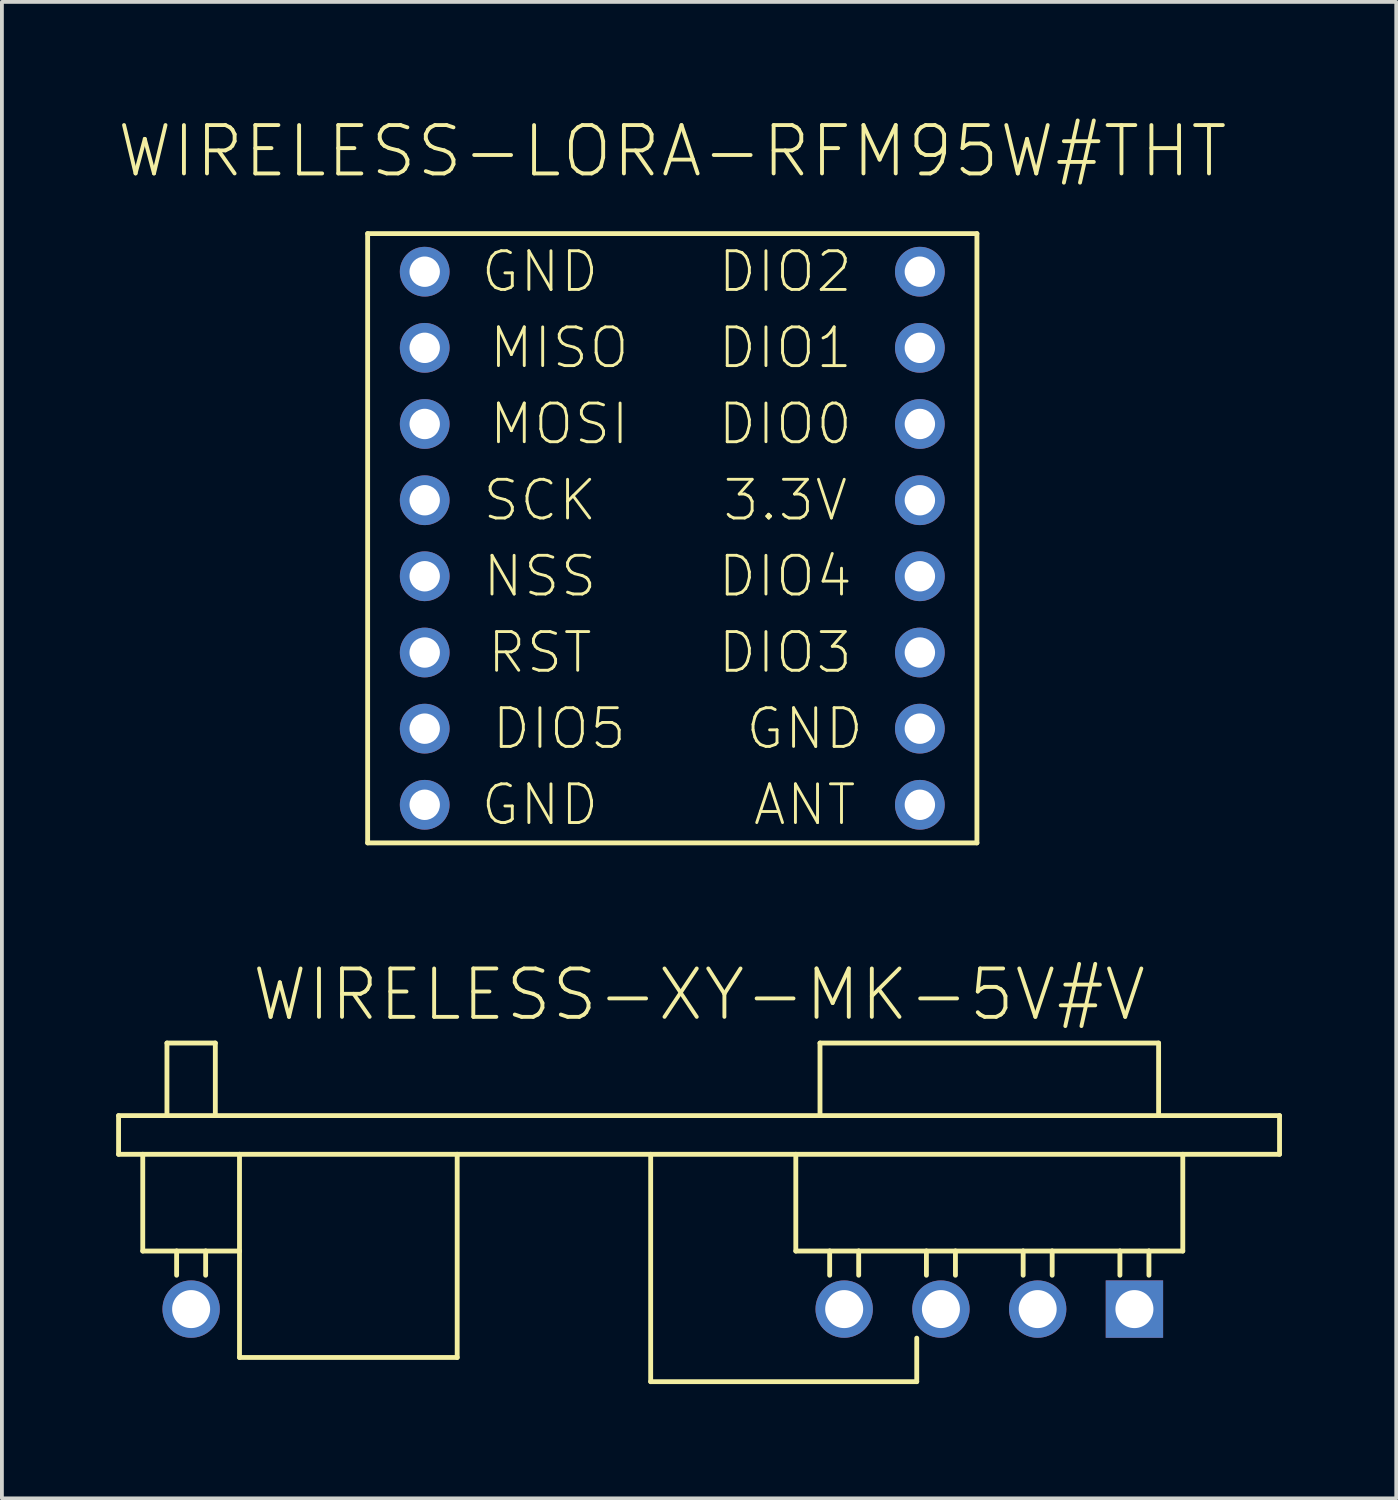
<source format=kicad_pcb>
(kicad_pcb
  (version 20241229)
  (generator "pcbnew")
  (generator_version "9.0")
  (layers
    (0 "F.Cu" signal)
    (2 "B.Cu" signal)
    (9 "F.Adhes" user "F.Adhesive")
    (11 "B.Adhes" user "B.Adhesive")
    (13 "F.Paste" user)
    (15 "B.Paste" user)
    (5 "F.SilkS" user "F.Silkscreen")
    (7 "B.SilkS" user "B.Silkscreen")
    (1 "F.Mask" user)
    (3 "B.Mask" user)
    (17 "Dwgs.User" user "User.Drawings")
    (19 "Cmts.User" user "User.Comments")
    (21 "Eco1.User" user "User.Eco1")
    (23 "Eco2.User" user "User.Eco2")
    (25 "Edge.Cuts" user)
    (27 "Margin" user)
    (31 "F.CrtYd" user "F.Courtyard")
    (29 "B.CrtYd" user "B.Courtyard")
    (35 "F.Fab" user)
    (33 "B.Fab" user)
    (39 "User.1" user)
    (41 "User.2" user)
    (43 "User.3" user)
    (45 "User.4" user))
  (footprint "WIRELESS-LORA-RFM95W#THT"
    (layer "F.Cu")
    (at 14.6 11.081)
    (property "Reference" "WIRELESS-LORA-RFM95W#THT" (at 0 -10.16 0) (layer "F.SilkS") (effects (font (size 1.27 1.27) (thickness 0.102))))
    (attr exclude_from_pos_files exclude_from_bom)
    (fp_line (start -7.998 -7.998) (end -7.998 7.998) (stroke (width 0.127) (type solid)) (layer "F.SilkS"))
    (fp_line (start -7.998 -7.998) (end 7.998 -7.998) (stroke (width 0.127) (type solid)) (layer "F.SilkS"))
    (fp_line (start 7.998 7.998) (end -7.998 7.998) (stroke (width 0.127) (type solid)) (layer "F.SilkS"))
    (fp_line (start 7.998 7.998) (end 7.998 -7.998) (stroke (width 0.127) (type solid)) (layer "F.SilkS"))
    (fp_text user "GND" (at 3.475 4.999 0) (layer "F.SilkS") (effects (font (size 1.016 1.016) (thickness 0.076))))
    (fp_text user "DIO0" (at 2.967 -3 0) (layer "F.SilkS") (effects (font (size 1.016 1.016) (thickness 0.076))))
    (fp_text user "3.3V" (at 2.967 -0.998 0) (layer "F.SilkS") (effects (font (size 1.016 1.016) (thickness 0.076))))
    (fp_text user "NSS" (at -3.475 0.998 0) (layer "F.SilkS") (effects (font (size 1.016 1.016) (thickness 0.076))))
    (fp_text user "RST" (at -3.475 3 0) (layer "F.SilkS") (effects (font (size 1.016 1.016) (thickness 0.076))))
    (fp_text user "GND" (at -3.475 -6.998 0) (layer "F.SilkS") (effects (font (size 1.016 1.016) (thickness 0.076))))
    (fp_text user "SCK" (at -3.475 -0.998 0) (layer "F.SilkS") (effects (font (size 1.016 1.016) (thickness 0.076))))
    (fp_text user "DIO1" (at 2.967 -4.999 0) (layer "F.SilkS") (effects (font (size 1.016 1.016) (thickness 0.076))))
    (fp_text user "DIO3" (at 2.967 3 0) (layer "F.SilkS") (effects (font (size 1.016 1.016) (thickness 0.076))))
    (fp_text user "MISO" (at -2.967 -4.999 0) (layer "F.SilkS") (effects (font (size 1.016 1.016) (thickness 0.076))))
    (fp_text user "GND" (at -3.475 6.998 0) (layer "F.SilkS") (effects (font (size 1.016 1.016) (thickness 0.076))))
    (fp_text user "DIO2" (at 2.967 -6.998 0) (layer "F.SilkS") (effects (font (size 1.016 1.016) (thickness 0.076))))
    (fp_text user "ANT" (at 3.475 6.998 0) (layer "F.SilkS") (effects (font (size 1.016 1.016) (thickness 0.076))))
    (fp_text user "DIO4" (at 2.967 0.998 0) (layer "F.SilkS") (effects (font (size 1.016 1.016) (thickness 0.076))))
    (fp_text user "MOSI" (at -2.967 -3 0) (layer "F.SilkS") (effects (font (size 1.016 1.016) (thickness 0.076))))
    (fp_text user "DIO5" (at -2.967 4.999 0) (layer "F.SilkS") (effects (font (size 1.016 1.016) (thickness 0.076))))
    (pad "A1" thru_hole circle (at -6.5 -6.998) (size 1.306 1.306) (drill 0.798) (layers "*.Cu" "*.Paste" "*.Mask"))
    (pad "A2" thru_hole circle (at -6.5 -4.999) (size 1.306 1.306) (drill 0.798) (layers "*.Cu" "*.Paste" "*.Mask"))
    (pad "A3" thru_hole circle (at -6.5 -3) (size 1.306 1.306) (drill 0.798) (layers "*.Cu" "*.Paste" "*.Mask"))
    (pad "A4" thru_hole circle (at -6.5 -0.998) (size 1.306 1.306) (drill 0.798) (layers "*.Cu" "*.Paste" "*.Mask"))
    (pad "A5" thru_hole circle (at -6.5 0.998) (size 1.306 1.306) (drill 0.798) (layers "*.Cu" "*.Paste" "*.Mask"))
    (pad "A6" thru_hole circle (at -6.5 3) (size 1.306 1.306) (drill 0.798) (layers "*.Cu" "*.Paste" "*.Mask"))
    (pad "A7" thru_hole circle (at -6.5 4.999) (size 1.306 1.306) (drill 0.798) (layers "*.Cu" "*.Paste" "*.Mask"))
    (pad "A8" thru_hole circle (at -6.5 6.998) (size 1.306 1.306) (drill 0.798) (layers "*.Cu" "*.Paste" "*.Mask"))
    (pad "B1" thru_hole circle (at 6.5 -6.998) (size 1.306 1.306) (drill 0.798) (layers "*.Cu" "*.Paste" "*.Mask"))
    (pad "B2" thru_hole circle (at 6.5 -4.999) (size 1.306 1.306) (drill 0.798) (layers "*.Cu" "*.Paste" "*.Mask"))
    (pad "B3" thru_hole circle (at 6.5 -3) (size 1.306 1.306) (drill 0.798) (layers "*.Cu" "*.Paste" "*.Mask"))
    (pad "B4" thru_hole circle (at 6.5 -0.998) (size 1.306 1.306) (drill 0.798) (layers "*.Cu" "*.Paste" "*.Mask"))
    (pad "B5" thru_hole circle (at 6.5 0.998) (size 1.306 1.306) (drill 0.798) (layers "*.Cu" "*.Paste" "*.Mask"))
    (pad "B6" thru_hole circle (at 6.5 3) (size 1.306 1.306) (drill 0.798) (layers "*.Cu" "*.Paste" "*.Mask"))
    (pad "B7" thru_hole circle (at 6.5 4.999) (size 1.306 1.306) (drill 0.798) (layers "*.Cu" "*.Paste" "*.Mask"))
    (pad "B8" thru_hole circle (at 6.5 6.998) (size 1.306 1.306) (drill 0.798) (layers "*.Cu" "*.Paste" "*.Mask")))
  (footprint "WIRELESS-XY-MK-5V#V"
    (layer "F.Cu")
    (at 15.303 31.319)
    (property "Reference" "WIRELESS-XY-MK-5V#V" (at 0 -8.255 0) (layer "F.SilkS") (effects (font (size 1.27 1.27) (thickness 0.102))))
    (attr exclude_from_pos_files exclude_from_bom)
    (fp_line (start -15.24 -5.08) (end -13.97 -5.08) (stroke (width 0.127) (type solid)) (layer "F.SilkS"))
    (fp_line (start -15.24 -4.064) (end -15.24 -5.08) (stroke (width 0.127) (type solid)) (layer "F.SilkS"))
    (fp_line (start -14.605 -4.064) (end -15.24 -4.064) (stroke (width 0.127) (type solid)) (layer "F.SilkS"))
    (fp_line (start -14.605 -1.524) (end -14.605 -4.064) (stroke (width 0.127) (type solid)) (layer "F.SilkS"))
    (fp_line (start -13.97 -6.985) (end -13.97 -5.08) (stroke (width 0.127) (type solid)) (layer "F.SilkS"))
    (fp_line (start -13.97 -5.08) (end -12.7 -5.08) (stroke (width 0.127) (type solid)) (layer "F.SilkS"))
    (fp_line (start -13.716 -1.524) (end -14.605 -1.524) (stroke (width 0.127) (type solid)) (layer "F.SilkS"))
    (fp_line (start -13.716 -1.524) (end -13.716 -0.889) (stroke (width 0.127) (type solid)) (layer "F.SilkS"))
    (fp_line (start -12.954 -1.524) (end -13.716 -1.524) (stroke (width 0.127) (type solid)) (layer "F.SilkS"))
    (fp_line (start -12.954 -1.524) (end -12.954 -0.889) (stroke (width 0.127) (type solid)) (layer "F.SilkS"))
    (fp_line (start -12.7 -6.985) (end -13.97 -6.985) (stroke (width 0.127) (type solid)) (layer "F.SilkS"))
    (fp_line (start -12.7 -5.08) (end -12.7 -6.985) (stroke (width 0.127) (type solid)) (layer "F.SilkS"))
    (fp_line (start -12.7 -5.08) (end 3.175 -5.08) (stroke (width 0.127) (type solid)) (layer "F.SilkS"))
    (fp_line (start -12.065 -4.064) (end -14.605 -4.064) (stroke (width 0.127) (type solid)) (layer "F.SilkS"))
    (fp_line (start -12.065 -4.064) (end -12.065 -1.524) (stroke (width 0.127) (type solid)) (layer "F.SilkS"))
    (fp_line (start -12.065 -1.524) (end -12.954 -1.524) (stroke (width 0.127) (type solid)) (layer "F.SilkS"))
    (fp_line (start -12.065 1.27) (end -12.065 -1.524) (stroke (width 0.127) (type solid)) (layer "F.SilkS"))
    (fp_line (start -6.35 -4.064) (end -12.065 -4.064) (stroke (width 0.127) (type solid)) (layer "F.SilkS"))
    (fp_line (start -6.35 -4.064) (end -6.35 1.27) (stroke (width 0.127) (type solid)) (layer "F.SilkS"))
    (fp_line (start -6.35 1.27) (end -12.065 1.27) (stroke (width 0.127) (type solid)) (layer "F.SilkS"))
    (fp_line (start -1.27 -4.064) (end -6.35 -4.064) (stroke (width 0.127) (type solid)) (layer "F.SilkS"))
    (fp_line (start -1.27 1.905) (end -1.27 -4.064) (stroke (width 0.127) (type solid)) (layer "F.SilkS"))
    (fp_line (start 2.54 -4.064) (end -1.27 -4.064) (stroke (width 0.127) (type solid)) (layer "F.SilkS"))
    (fp_line (start 2.54 -1.524) (end 2.54 -4.064) (stroke (width 0.127) (type solid)) (layer "F.SilkS"))
    (fp_line (start 3.175 -6.985) (end 3.175 -5.08) (stroke (width 0.127) (type solid)) (layer "F.SilkS"))
    (fp_line (start 3.175 -5.08) (end 12.065 -5.08) (stroke (width 0.127) (type solid)) (layer "F.SilkS"))
    (fp_line (start 3.429 -1.524) (end 2.54 -1.524) (stroke (width 0.127) (type solid)) (layer "F.SilkS"))
    (fp_line (start 3.429 -1.524) (end 3.429 -0.889) (stroke (width 0.127) (type solid)) (layer "F.SilkS"))
    (fp_line (start 4.191 -1.524) (end 3.429 -1.524) (stroke (width 0.127) (type solid)) (layer "F.SilkS"))
    (fp_line (start 4.191 -1.524) (end 4.191 -0.889) (stroke (width 0.127) (type solid)) (layer "F.SilkS"))
    (fp_line (start 5.715 0.762) (end 5.715 1.905) (stroke (width 0.127) (type solid)) (layer "F.SilkS"))
    (fp_line (start 5.715 1.905) (end -1.27 1.905) (stroke (width 0.127) (type solid)) (layer "F.SilkS"))
    (fp_line (start 5.969 -1.524) (end 4.191 -1.524) (stroke (width 0.127) (type solid)) (layer "F.SilkS"))
    (fp_line (start 5.969 -1.524) (end 5.969 -0.889) (stroke (width 0.127) (type solid)) (layer "F.SilkS"))
    (fp_line (start 6.731 -1.524) (end 5.969 -1.524) (stroke (width 0.127) (type solid)) (layer "F.SilkS"))
    (fp_line (start 6.731 -1.524) (end 6.731 -0.889) (stroke (width 0.127) (type solid)) (layer "F.SilkS"))
    (fp_line (start 8.509 -1.524) (end 6.731 -1.524) (stroke (width 0.127) (type solid)) (layer "F.SilkS"))
    (fp_line (start 8.509 -1.524) (end 8.509 -0.889) (stroke (width 0.127) (type solid)) (layer "F.SilkS"))
    (fp_line (start 9.271 -1.524) (end 8.509 -1.524) (stroke (width 0.127) (type solid)) (layer "F.SilkS"))
    (fp_line (start 9.271 -1.524) (end 9.271 -0.889) (stroke (width 0.127) (type solid)) (layer "F.SilkS"))
    (fp_line (start 11.049 -1.524) (end 9.271 -1.524) (stroke (width 0.127) (type solid)) (layer "F.SilkS"))
    (fp_line (start 11.049 -1.524) (end 11.049 -0.889) (stroke (width 0.127) (type solid)) (layer "F.SilkS"))
    (fp_line (start 11.811 -1.524) (end 11.049 -1.524) (stroke (width 0.127) (type solid)) (layer "F.SilkS"))
    (fp_line (start 11.811 -1.524) (end 11.811 -0.889) (stroke (width 0.127) (type solid)) (layer "F.SilkS"))
    (fp_line (start 12.065 -6.985) (end 3.175 -6.985) (stroke (width 0.127) (type solid)) (layer "F.SilkS"))
    (fp_line (start 12.065 -5.08) (end 12.065 -6.985) (stroke (width 0.127) (type solid)) (layer "F.SilkS"))
    (fp_line (start 12.065 -5.08) (end 15.24 -5.08) (stroke (width 0.127) (type solid)) (layer "F.SilkS"))
    (fp_line (start 12.7 -4.064) (end 2.54 -4.064) (stroke (width 0.127) (type solid)) (layer "F.SilkS"))
    (fp_line (start 12.7 -4.064) (end 12.7 -1.524) (stroke (width 0.127) (type solid)) (layer "F.SilkS"))
    (fp_line (start 12.7 -1.524) (end 11.811 -1.524) (stroke (width 0.127) (type solid)) (layer "F.SilkS"))
    (fp_line (start 15.24 -5.08) (end 15.24 -4.064) (stroke (width 0.127) (type solid)) (layer "F.SilkS"))
    (fp_line (start 15.24 -4.064) (end 12.7 -4.064) (stroke (width 0.127) (type solid)) (layer "F.SilkS"))
    (pad "1" thru_hole rect (at 11.43 0) (size 1.506 1.506) (drill 0.998) (layers "*.Cu" "*.Paste" "*.Mask"))
    (pad "2" thru_hole circle (at 8.89 0) (size 1.506 1.506) (drill 0.998) (layers "*.Cu" "*.Paste" "*.Mask"))
    (pad "3" thru_hole circle (at 6.35 0) (size 1.506 1.506) (drill 0.998) (layers "*.Cu" "*.Paste" "*.Mask"))
    (pad "4" thru_hole circle (at 3.81 0) (size 1.506 1.506) (drill 0.998) (layers "*.Cu" "*.Paste" "*.Mask"))
    (pad "ANT" thru_hole circle (at -13.335 0) (size 1.506 1.506) (drill 0.998) (layers "*.Cu" "*.Paste" "*.Mask")))
  (gr_rect
    (start -3 -3)
    (end 33.607 36.288)
    (stroke (width 0.1) (type default))
    (fill no)
    (layer "Edge.Cuts")))
</source>
